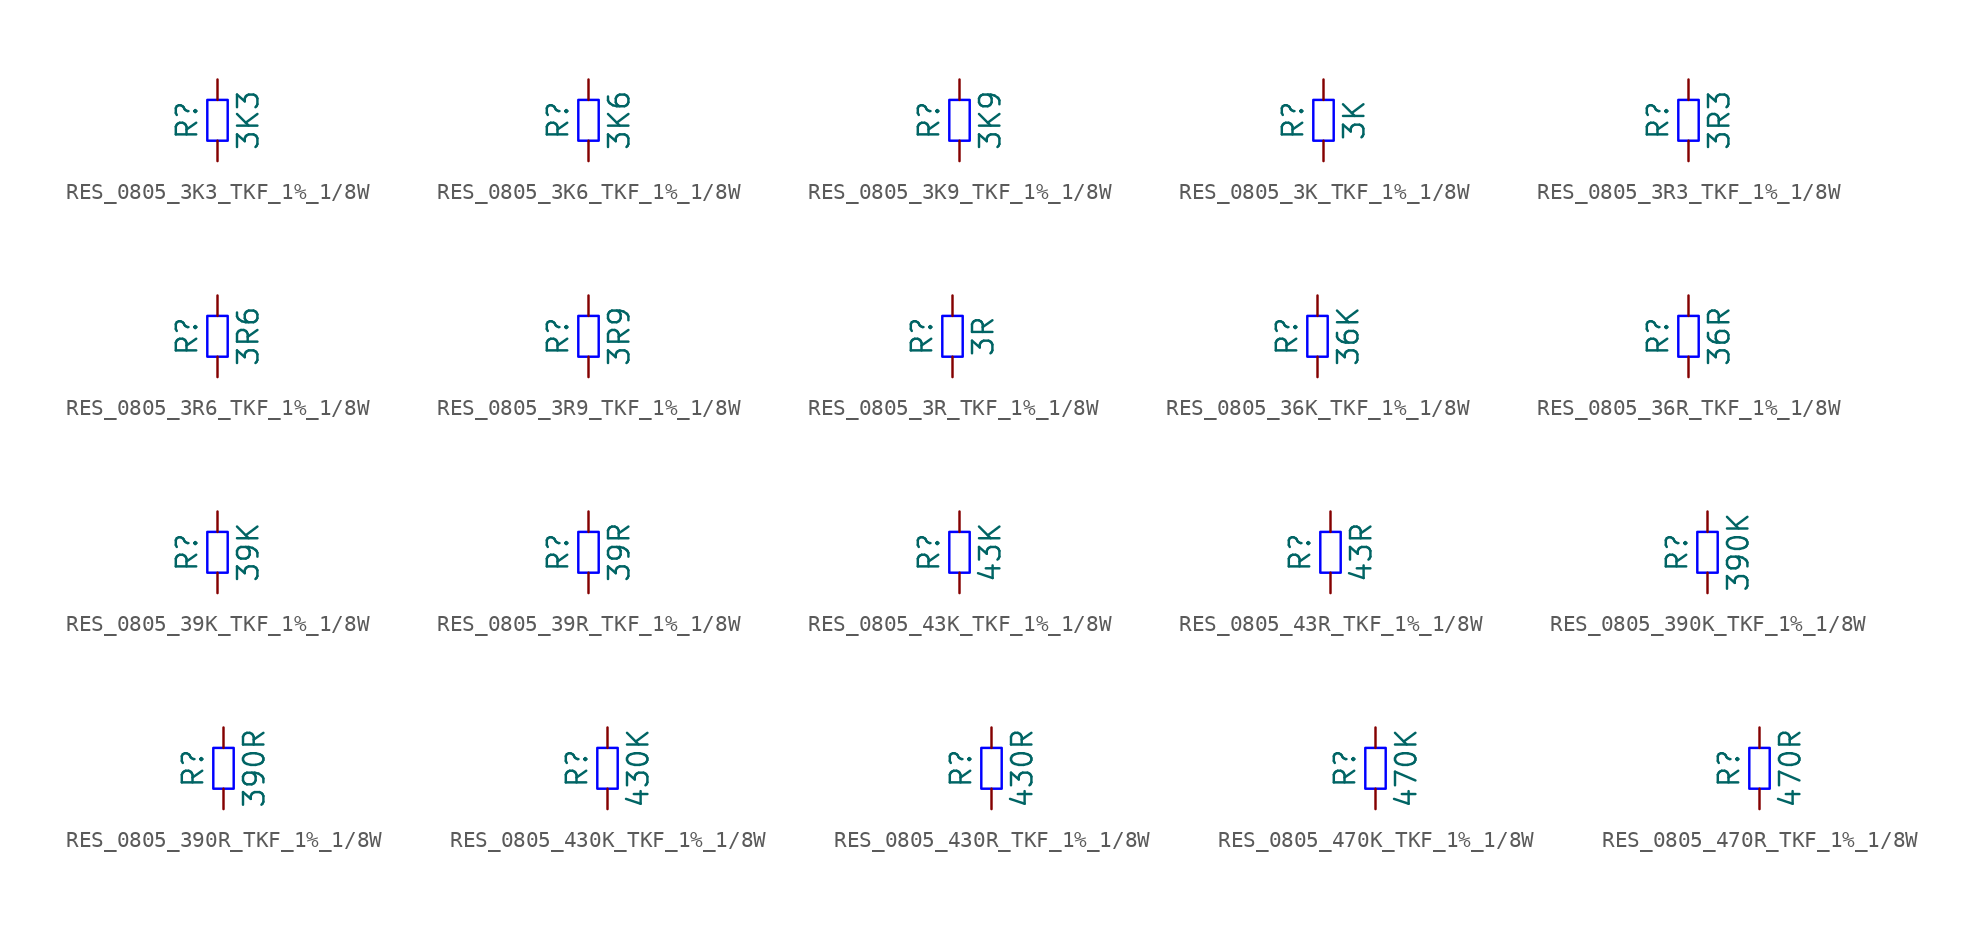
<source format=kicad_sym>
(kicad_symbol_lib
  (version 20220914)
  (generator kicad_symbol_editor)
  (symbol "RES_0805_3K3_TKF_1%_1/8W"
    (pin_numbers hide)
    (pin_names
      (offset 0) hide)
    (property "Reference" "R"
      (at -1.905 0 90)
      (do_not_autoplace)
      (effects (font (size 1.27 1.27))))
    (property "Value" "3K3"
      (at 1.905 0 90)
      (do_not_autoplace)
      (effects (font (size 1.27 1.27))))
    (symbol "RES_0805_3K3_TKF_1%_1/8W_1_1"
      (rectangle (start -0.635 -1.27) (end 0.635 1.27) (stroke (width 0) (type solid) (color 0 0 255 1)) (fill (type none)))
      (pin passive line (at 0 -2.54 90) (length 1.27) (name "~" (effects (font (size 1.27 1.27)))) (number "1" (effects (font (size 1.27 1.27)))))
      (pin passive line (at 0 2.54 270) (length 1.27) (name "~" (effects (font (size 1.27 1.27)))) (number "2" (effects (font (size 1.27 1.27)))))))
  (symbol "RES_0805_3K6_TKF_1%_1/8W"
    (pin_numbers hide)
    (pin_names
      (offset 0) hide)
    (property "Reference" "R"
      (at -1.905 0 90)
      (do_not_autoplace)
      (effects (font (size 1.27 1.27))))
    (property "Value" "3K6"
      (at 1.905 0 90)
      (do_not_autoplace)
      (effects (font (size 1.27 1.27))))
    (symbol "RES_0805_3K6_TKF_1%_1/8W_1_1"
      (rectangle (start -0.635 -1.27) (end 0.635 1.27) (stroke (width 0) (type solid) (color 0 0 255 1)) (fill (type none)))
      (pin passive line (at 0 -2.54 90) (length 1.27) (name "~" (effects (font (size 1.27 1.27)))) (number "1" (effects (font (size 1.27 1.27)))))
      (pin passive line (at 0 2.54 270) (length 1.27) (name "~" (effects (font (size 1.27 1.27)))) (number "2" (effects (font (size 1.27 1.27)))))))
  (symbol "RES_0805_3K9_TKF_1%_1/8W"
    (pin_numbers hide)
    (pin_names
      (offset 0) hide)
    (property "Reference" "R"
      (at -1.905 0 90)
      (do_not_autoplace)
      (effects (font (size 1.27 1.27))))
    (property "Value" "3K9"
      (at 1.905 0 90)
      (do_not_autoplace)
      (effects (font (size 1.27 1.27))))
    (symbol "RES_0805_3K9_TKF_1%_1/8W_1_1"
      (rectangle (start -0.635 -1.27) (end 0.635 1.27) (stroke (width 0) (type solid) (color 0 0 255 1)) (fill (type none)))
      (pin passive line (at 0 -2.54 90) (length 1.27) (name "~" (effects (font (size 1.27 1.27)))) (number "1" (effects (font (size 1.27 1.27)))))
      (pin passive line (at 0 2.54 270) (length 1.27) (name "~" (effects (font (size 1.27 1.27)))) (number "2" (effects (font (size 1.27 1.27)))))))
  (symbol "RES_0805_3K_TKF_1%_1/8W"
    (pin_numbers hide)
    (pin_names
      (offset 0) hide)
    (property "Reference" "R"
      (at -1.905 0 90)
      (do_not_autoplace)
      (effects (font (size 1.27 1.27))))
    (property "Value" "3K"
      (at 1.905 0 90)
      (do_not_autoplace)
      (effects (font (size 1.27 1.27))))
    (symbol "RES_0805_3K_TKF_1%_1/8W_1_1"
      (rectangle (start -0.635 -1.27) (end 0.635 1.27) (stroke (width 0) (type solid) (color 0 0 255 1)) (fill (type none)))
      (pin passive line (at 0 -2.54 90) (length 1.27) (name "~" (effects (font (size 1.27 1.27)))) (number "1" (effects (font (size 1.27 1.27)))))
      (pin passive line (at 0 2.54 270) (length 1.27) (name "~" (effects (font (size 1.27 1.27)))) (number "2" (effects (font (size 1.27 1.27)))))))
  (symbol "RES_0805_3R3_TKF_1%_1/8W"
    (pin_numbers hide)
    (pin_names
      (offset 0) hide)
    (property "Reference" "R"
      (at -1.905 0 90)
      (do_not_autoplace)
      (effects (font (size 1.27 1.27))))
    (property "Value" "3R3"
      (at 1.905 0 90)
      (do_not_autoplace)
      (effects (font (size 1.27 1.27))))
    (symbol "RES_0805_3R3_TKF_1%_1/8W_1_1"
      (rectangle (start -0.635 -1.27) (end 0.635 1.27) (stroke (width 0) (type solid) (color 0 0 255 1)) (fill (type none)))
      (pin passive line (at 0 -2.54 90) (length 1.27) (name "~" (effects (font (size 1.27 1.27)))) (number "1" (effects (font (size 1.27 1.27)))))
      (pin passive line (at 0 2.54 270) (length 1.27) (name "~" (effects (font (size 1.27 1.27)))) (number "2" (effects (font (size 1.27 1.27)))))))
  (symbol "RES_0805_3R6_TKF_1%_1/8W"
    (pin_numbers hide)
    (pin_names
      (offset 0) hide)
    (property "Reference" "R"
      (at -1.905 0 90)
      (do_not_autoplace)
      (effects (font (size 1.27 1.27))))
    (property "Value" "3R6"
      (at 1.905 0 90)
      (do_not_autoplace)
      (effects (font (size 1.27 1.27))))
    (symbol "RES_0805_3R6_TKF_1%_1/8W_1_1"
      (rectangle (start -0.635 -1.27) (end 0.635 1.27) (stroke (width 0) (type solid) (color 0 0 255 1)) (fill (type none)))
      (pin passive line (at 0 -2.54 90) (length 1.27) (name "~" (effects (font (size 1.27 1.27)))) (number "1" (effects (font (size 1.27 1.27)))))
      (pin passive line (at 0 2.54 270) (length 1.27) (name "~" (effects (font (size 1.27 1.27)))) (number "2" (effects (font (size 1.27 1.27)))))))
  (symbol "RES_0805_3R9_TKF_1%_1/8W"
    (pin_numbers hide)
    (pin_names
      (offset 0) hide)
    (property "Reference" "R"
      (at -1.905 0 90)
      (do_not_autoplace)
      (effects (font (size 1.27 1.27))))
    (property "Value" "3R9"
      (at 1.905 0 90)
      (do_not_autoplace)
      (effects (font (size 1.27 1.27))))
    (symbol "RES_0805_3R9_TKF_1%_1/8W_1_1"
      (rectangle (start -0.635 -1.27) (end 0.635 1.27) (stroke (width 0) (type solid) (color 0 0 255 1)) (fill (type none)))
      (pin passive line (at 0 -2.54 90) (length 1.27) (name "~" (effects (font (size 1.27 1.27)))) (number "1" (effects (font (size 1.27 1.27)))))
      (pin passive line (at 0 2.54 270) (length 1.27) (name "~" (effects (font (size 1.27 1.27)))) (number "2" (effects (font (size 1.27 1.27)))))))
  (symbol "RES_0805_3R_TKF_1%_1/8W"
    (pin_numbers hide)
    (pin_names
      (offset 0) hide)
    (property "Reference" "R"
      (at -1.905 0 90)
      (do_not_autoplace)
      (effects (font (size 1.27 1.27))))
    (property "Value" "3R"
      (at 1.905 0 90)
      (do_not_autoplace)
      (effects (font (size 1.27 1.27))))
    (symbol "RES_0805_3R_TKF_1%_1/8W_1_1"
      (rectangle (start -0.635 -1.27) (end 0.635 1.27) (stroke (width 0) (type solid) (color 0 0 255 1)) (fill (type none)))
      (pin passive line (at 0 -2.54 90) (length 1.27) (name "~" (effects (font (size 1.27 1.27)))) (number "1" (effects (font (size 1.27 1.27)))))
      (pin passive line (at 0 2.54 270) (length 1.27) (name "~" (effects (font (size 1.27 1.27)))) (number "2" (effects (font (size 1.27 1.27)))))))
  (symbol "RES_0805_36K_TKF_1%_1/8W"
    (pin_numbers hide)
    (pin_names
      (offset 0) hide)
    (property "Reference" "R"
      (at -1.905 0 90)
      (do_not_autoplace)
      (effects (font (size 1.27 1.27))))
    (property "Value" "36K"
      (at 1.905 0 90)
      (do_not_autoplace)
      (effects (font (size 1.27 1.27))))
    (symbol "RES_0805_36K_TKF_1%_1/8W_1_1"
      (rectangle (start -0.635 -1.27) (end 0.635 1.27) (stroke (width 0) (type solid) (color 0 0 255 1)) (fill (type none)))
      (pin passive line (at 0 -2.54 90) (length 1.27) (name "~" (effects (font (size 1.27 1.27)))) (number "1" (effects (font (size 1.27 1.27)))))
      (pin passive line (at 0 2.54 270) (length 1.27) (name "~" (effects (font (size 1.27 1.27)))) (number "2" (effects (font (size 1.27 1.27)))))))
  (symbol "RES_0805_36R_TKF_1%_1/8W"
    (pin_numbers hide)
    (pin_names
      (offset 0) hide)
    (property "Reference" "R"
      (at -1.905 0 90)
      (do_not_autoplace)
      (effects (font (size 1.27 1.27))))
    (property "Value" "36R"
      (at 1.905 0 90)
      (do_not_autoplace)
      (effects (font (size 1.27 1.27))))
    (symbol "RES_0805_36R_TKF_1%_1/8W_1_1"
      (rectangle (start -0.635 -1.27) (end 0.635 1.27) (stroke (width 0) (type solid) (color 0 0 255 1)) (fill (type none)))
      (pin passive line (at 0 -2.54 90) (length 1.27) (name "~" (effects (font (size 1.27 1.27)))) (number "1" (effects (font (size 1.27 1.27)))))
      (pin passive line (at 0 2.54 270) (length 1.27) (name "~" (effects (font (size 1.27 1.27)))) (number "2" (effects (font (size 1.27 1.27)))))))
  (symbol "RES_0805_39K_TKF_1%_1/8W"
    (pin_numbers hide)
    (pin_names
      (offset 0) hide)
    (property "Reference" "R"
      (at -1.905 0 90)
      (do_not_autoplace)
      (effects (font (size 1.27 1.27))))
    (property "Value" "39K"
      (at 1.905 0 90)
      (do_not_autoplace)
      (effects (font (size 1.27 1.27))))
    (symbol "RES_0805_39K_TKF_1%_1/8W_1_1"
      (rectangle (start -0.635 -1.27) (end 0.635 1.27) (stroke (width 0) (type solid) (color 0 0 255 1)) (fill (type none)))
      (pin passive line (at 0 -2.54 90) (length 1.27) (name "~" (effects (font (size 1.27 1.27)))) (number "1" (effects (font (size 1.27 1.27)))))
      (pin passive line (at 0 2.54 270) (length 1.27) (name "~" (effects (font (size 1.27 1.27)))) (number "2" (effects (font (size 1.27 1.27)))))))
  (symbol "RES_0805_39R_TKF_1%_1/8W"
    (pin_numbers hide)
    (pin_names
      (offset 0) hide)
    (property "Reference" "R"
      (at -1.905 0 90)
      (do_not_autoplace)
      (effects (font (size 1.27 1.27))))
    (property "Value" "39R"
      (at 1.905 0 90)
      (do_not_autoplace)
      (effects (font (size 1.27 1.27))))
    (symbol "RES_0805_39R_TKF_1%_1/8W_1_1"
      (rectangle (start -0.635 -1.27) (end 0.635 1.27) (stroke (width 0) (type solid) (color 0 0 255 1)) (fill (type none)))
      (pin passive line (at 0 -2.54 90) (length 1.27) (name "~" (effects (font (size 1.27 1.27)))) (number "1" (effects (font (size 1.27 1.27)))))
      (pin passive line (at 0 2.54 270) (length 1.27) (name "~" (effects (font (size 1.27 1.27)))) (number "2" (effects (font (size 1.27 1.27)))))))
  (symbol "RES_0805_43K_TKF_1%_1/8W"
    (pin_numbers hide)
    (pin_names
      (offset 0) hide)
    (property "Reference" "R"
      (at -1.905 0 90)
      (do_not_autoplace)
      (effects (font (size 1.27 1.27))))
    (property "Value" "43K"
      (at 1.905 0 90)
      (do_not_autoplace)
      (effects (font (size 1.27 1.27))))
    (symbol "RES_0805_43K_TKF_1%_1/8W_1_1"
      (rectangle (start -0.635 -1.27) (end 0.635 1.27) (stroke (width 0) (type solid) (color 0 0 255 1)) (fill (type none)))
      (pin passive line (at 0 -2.54 90) (length 1.27) (name "~" (effects (font (size 1.27 1.27)))) (number "1" (effects (font (size 1.27 1.27)))))
      (pin passive line (at 0 2.54 270) (length 1.27) (name "~" (effects (font (size 1.27 1.27)))) (number "2" (effects (font (size 1.27 1.27)))))))
  (symbol "RES_0805_43R_TKF_1%_1/8W"
    (pin_numbers hide)
    (pin_names
      (offset 0) hide)
    (property "Reference" "R"
      (at -1.905 0 90)
      (do_not_autoplace)
      (effects (font (size 1.27 1.27))))
    (property "Value" "43R"
      (at 1.905 0 90)
      (do_not_autoplace)
      (effects (font (size 1.27 1.27))))
    (symbol "RES_0805_43R_TKF_1%_1/8W_1_1"
      (rectangle (start -0.635 -1.27) (end 0.635 1.27) (stroke (width 0) (type solid) (color 0 0 255 1)) (fill (type none)))
      (pin passive line (at 0 -2.54 90) (length 1.27) (name "~" (effects (font (size 1.27 1.27)))) (number "1" (effects (font (size 1.27 1.27)))))
      (pin passive line (at 0 2.54 270) (length 1.27) (name "~" (effects (font (size 1.27 1.27)))) (number "2" (effects (font (size 1.27 1.27)))))))
  (symbol "RES_0805_390K_TKF_1%_1/8W"
    (pin_numbers hide)
    (pin_names
      (offset 0) hide)
    (property "Reference" "R"
      (at -1.905 0 90)
      (do_not_autoplace)
      (effects (font (size 1.27 1.27))))
    (property "Value" "390K"
      (at 1.905 0 90)
      (do_not_autoplace)
      (effects (font (size 1.27 1.27))))
    (symbol "RES_0805_390K_TKF_1%_1/8W_1_1"
      (rectangle (start -0.635 -1.27) (end 0.635 1.27) (stroke (width 0) (type solid) (color 0 0 255 1)) (fill (type none)))
      (pin passive line (at 0 -2.54 90) (length 1.27) (name "~" (effects (font (size 1.27 1.27)))) (number "1" (effects (font (size 1.27 1.27)))))
      (pin passive line (at 0 2.54 270) (length 1.27) (name "~" (effects (font (size 1.27 1.27)))) (number "2" (effects (font (size 1.27 1.27)))))))
  (symbol "RES_0805_390R_TKF_1%_1/8W"
    (pin_numbers hide)
    (pin_names
      (offset 0) hide)
    (property "Reference" "R"
      (at -1.905 0 90)
      (do_not_autoplace)
      (effects (font (size 1.27 1.27))))
    (property "Value" "390R"
      (at 1.905 0 90)
      (do_not_autoplace)
      (effects (font (size 1.27 1.27))))
    (symbol "RES_0805_390R_TKF_1%_1/8W_1_1"
      (rectangle (start -0.635 -1.27) (end 0.635 1.27) (stroke (width 0) (type solid) (color 0 0 255 1)) (fill (type none)))
      (pin passive line (at 0 -2.54 90) (length 1.27) (name "~" (effects (font (size 1.27 1.27)))) (number "1" (effects (font (size 1.27 1.27)))))
      (pin passive line (at 0 2.54 270) (length 1.27) (name "~" (effects (font (size 1.27 1.27)))) (number "2" (effects (font (size 1.27 1.27)))))))
  (symbol "RES_0805_430K_TKF_1%_1/8W"
    (pin_numbers hide)
    (pin_names
      (offset 0) hide)
    (property "Reference" "R"
      (at -1.905 0 90)
      (do_not_autoplace)
      (effects (font (size 1.27 1.27))))
    (property "Value" "430K"
      (at 1.905 0 90)
      (do_not_autoplace)
      (effects (font (size 1.27 1.27))))
    (symbol "RES_0805_430K_TKF_1%_1/8W_1_1"
      (rectangle (start -0.635 -1.27) (end 0.635 1.27) (stroke (width 0) (type solid) (color 0 0 255 1)) (fill (type none)))
      (pin passive line (at 0 -2.54 90) (length 1.27) (name "~" (effects (font (size 1.27 1.27)))) (number "1" (effects (font (size 1.27 1.27)))))
      (pin passive line (at 0 2.54 270) (length 1.27) (name "~" (effects (font (size 1.27 1.27)))) (number "2" (effects (font (size 1.27 1.27)))))))
  (symbol "RES_0805_430R_TKF_1%_1/8W"
    (pin_numbers hide)
    (pin_names
      (offset 0) hide)
    (property "Reference" "R"
      (at -1.905 0 90)
      (do_not_autoplace)
      (effects (font (size 1.27 1.27))))
    (property "Value" "430R"
      (at 1.905 0 90)
      (do_not_autoplace)
      (effects (font (size 1.27 1.27))))
    (symbol "RES_0805_430R_TKF_1%_1/8W_1_1"
      (rectangle (start -0.635 -1.27) (end 0.635 1.27) (stroke (width 0) (type solid) (color 0 0 255 1)) (fill (type none)))
      (pin passive line (at 0 -2.54 90) (length 1.27) (name "~" (effects (font (size 1.27 1.27)))) (number "1" (effects (font (size 1.27 1.27)))))
      (pin passive line (at 0 2.54 270) (length 1.27) (name "~" (effects (font (size 1.27 1.27)))) (number "2" (effects (font (size 1.27 1.27)))))))
  (symbol "RES_0805_470K_TKF_1%_1/8W"
    (pin_numbers hide)
    (pin_names
      (offset 0) hide)
    (property "Reference" "R"
      (at -1.905 0 90)
      (do_not_autoplace)
      (effects (font (size 1.27 1.27))))
    (property "Value" "470K"
      (at 1.905 0 90)
      (do_not_autoplace)
      (effects (font (size 1.27 1.27))))
    (symbol "RES_0805_470K_TKF_1%_1/8W_1_1"
      (rectangle (start -0.635 -1.27) (end 0.635 1.27) (stroke (width 0) (type solid) (color 0 0 255 1)) (fill (type none)))
      (pin passive line (at 0 -2.54 90) (length 1.27) (name "~" (effects (font (size 1.27 1.27)))) (number "1" (effects (font (size 1.27 1.27)))))
      (pin passive line (at 0 2.54 270) (length 1.27) (name "~" (effects (font (size 1.27 1.27)))) (number "2" (effects (font (size 1.27 1.27)))))))
  (symbol "RES_0805_470R_TKF_1%_1/8W"
    (pin_numbers hide)
    (pin_names
      (offset 0) hide)
    (property "Reference" "R"
      (at -1.905 0 90)
      (do_not_autoplace)
      (effects (font (size 1.27 1.27))))
    (property "Value" "470R"
      (at 1.905 0 90)
      (do_not_autoplace)
      (effects (font (size 1.27 1.27))))
    (symbol "RES_0805_470R_TKF_1%_1/8W_1_1"
      (rectangle (start -0.635 -1.27) (end 0.635 1.27) (stroke (width 0) (type solid) (color 0 0 255 1)) (fill (type none)))
      (pin passive line (at 0 -2.54 90) (length 1.27) (name "~" (effects (font (size 1.27 1.27)))) (number "1" (effects (font (size 1.27 1.27)))))
      (pin passive line (at 0 2.54 270) (length 1.27) (name "~" (effects (font (size 1.27 1.27)))) (number "2" (effects (font (size 1.27 1.27))))))))
</source>
